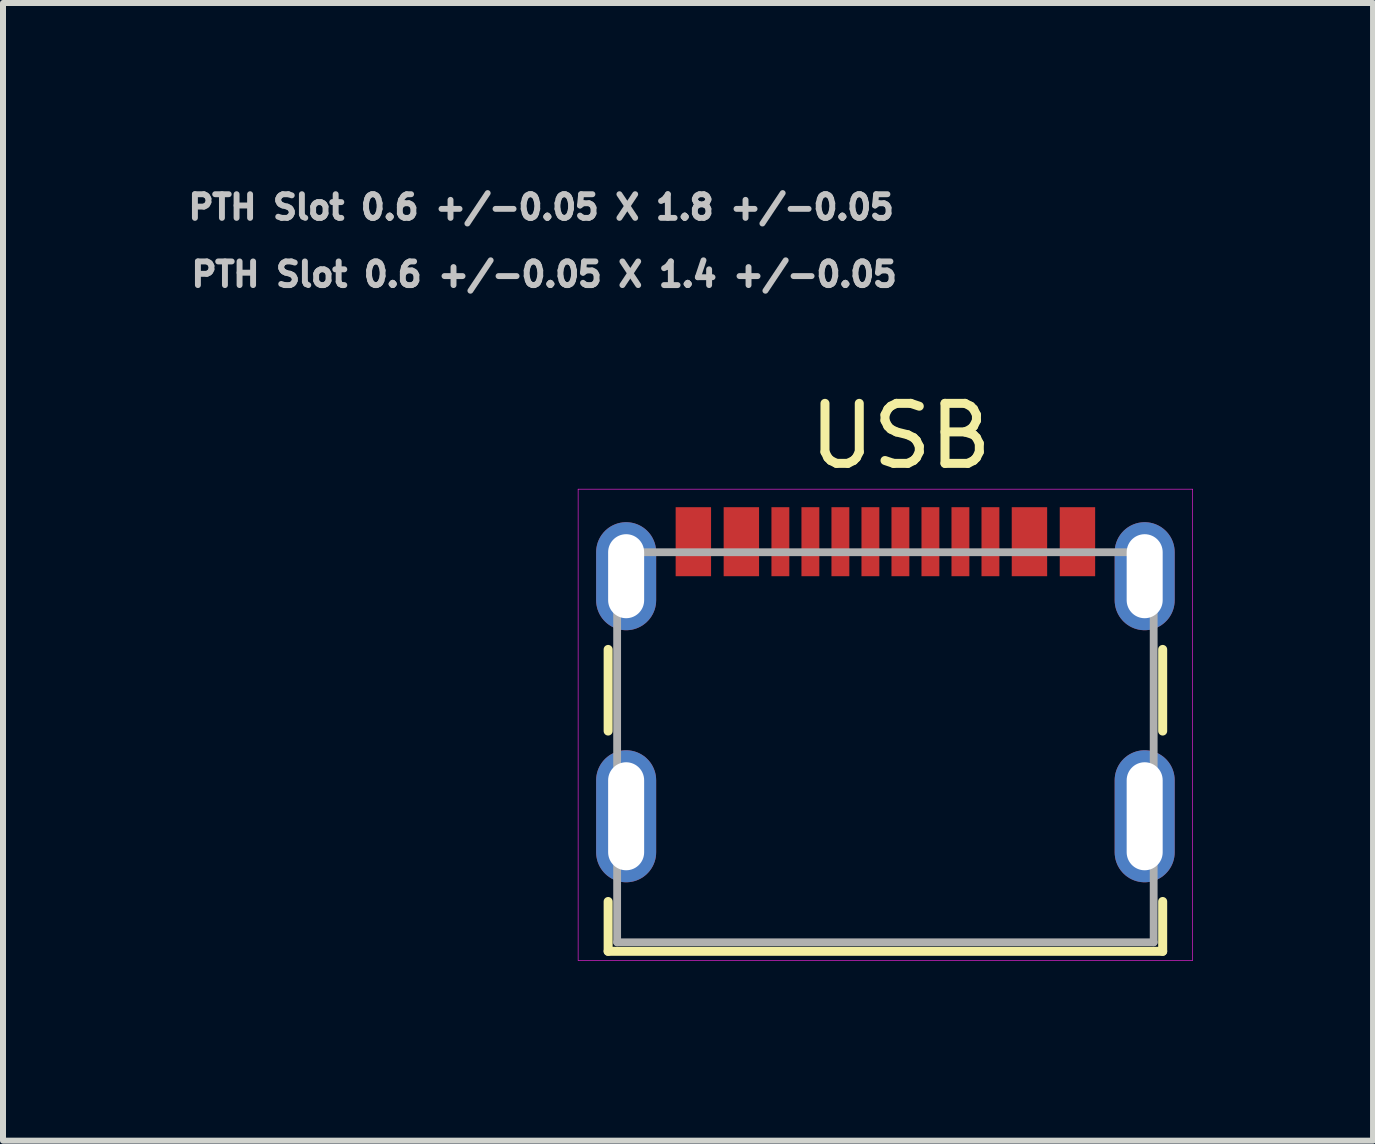
<source format=kicad_pcb>
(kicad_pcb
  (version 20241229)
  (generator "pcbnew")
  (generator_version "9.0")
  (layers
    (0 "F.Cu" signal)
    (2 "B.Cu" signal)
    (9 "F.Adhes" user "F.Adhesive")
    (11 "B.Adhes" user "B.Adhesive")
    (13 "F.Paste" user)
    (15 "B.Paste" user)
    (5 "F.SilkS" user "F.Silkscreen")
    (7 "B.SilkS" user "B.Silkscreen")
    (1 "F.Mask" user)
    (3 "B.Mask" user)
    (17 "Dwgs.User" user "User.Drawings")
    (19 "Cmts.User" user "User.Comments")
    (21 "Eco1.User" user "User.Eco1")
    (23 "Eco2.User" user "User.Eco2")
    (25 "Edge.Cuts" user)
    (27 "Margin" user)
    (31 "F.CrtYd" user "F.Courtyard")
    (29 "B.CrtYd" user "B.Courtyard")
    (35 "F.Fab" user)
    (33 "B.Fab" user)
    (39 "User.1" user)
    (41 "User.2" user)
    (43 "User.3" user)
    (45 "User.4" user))
  (footprint "USB"
    (layer "F.Cu")
    (at 11.703 9.401)
    (property "Reference" "USB" (at 0.255 -5.185 0) (layer "F.SilkS") (effects (font (size 1 1) (thickness 0.15))))
    (attr smd)
    (fp_poly (pts (xy -3.558 -4.064) (xy -2.841 -4.064) (xy -2.841 -2.787) (xy -3.558 -2.787)) (stroke (width 0.01) (type solid)) (fill yes) (layer "F.Mask"))
    (fp_poly (pts (xy -2.759 -4.064) (xy -2.042 -4.064) (xy -2.042 -2.787) (xy -2.759 -2.787)) (stroke (width 0.01) (type solid)) (fill yes) (layer "F.Mask"))
    (fp_poly (pts (xy -1.962 -4.064) (xy -1.538 -4.064) (xy -1.538 -2.787) (xy -1.962 -2.787)) (stroke (width 0.01) (type solid)) (fill yes) (layer "F.Mask"))
    (fp_poly (pts (xy -1.462 -4.064) (xy -1.038 -4.064) (xy -1.038 -2.787) (xy -1.462 -2.787)) (stroke (width 0.01) (type solid)) (fill yes) (layer "F.Mask"))
    (fp_poly (pts (xy -0.963 -4.064) (xy -0.537 -4.064) (xy -0.537 -2.787) (xy -0.963 -2.787)) (stroke (width 0.01) (type solid)) (fill yes) (layer "F.Mask"))
    (fp_poly (pts (xy -0.463 -4.064) (xy -0.037 -4.064) (xy -0.037 -2.787) (xy -0.463 -2.787)) (stroke (width 0.01) (type solid)) (fill yes) (layer "F.Mask"))
    (fp_poly (pts (xy 0.037 -4.064) (xy 0.463 -4.064) (xy 0.463 -2.787) (xy 0.037 -2.787)) (stroke (width 0.01) (type solid)) (fill yes) (layer "F.Mask"))
    (fp_poly (pts (xy 0.537 -4.064) (xy 0.963 -4.064) (xy 0.963 -2.787) (xy 0.537 -2.787)) (stroke (width 0.01) (type solid)) (fill yes) (layer "F.Mask"))
    (fp_poly (pts (xy 1.038 -4.064) (xy 1.462 -4.064) (xy 1.462 -2.787) (xy 1.038 -2.787)) (stroke (width 0.01) (type solid)) (fill yes) (layer "F.Mask"))
    (fp_poly (pts (xy 1.538 -4.064) (xy 1.962 -4.064) (xy 1.962 -2.787) (xy 1.538 -2.787)) (stroke (width 0.01) (type solid)) (fill yes) (layer "F.Mask"))
    (fp_poly (pts (xy 2.042 -4.064) (xy 2.759 -4.064) (xy 2.759 -2.787) (xy 2.042 -2.787)) (stroke (width 0.01) (type solid)) (fill yes) (layer "F.Mask"))
    (fp_poly (pts (xy 2.841 -4.064) (xy 3.558 -4.064) (xy 3.558 -2.787) (xy 2.841 -2.787)) (stroke (width 0.01) (type solid)) (fill yes) (layer "F.Mask"))
    (fp_line (start -4.62 -0.27) (end -4.62 -1.63) (stroke (width 0.15) (type solid)) (layer "F.SilkS"))
    (fp_line (start -4.62 3.4) (end -4.62 2.57) (stroke (width 0.15) (type solid)) (layer "F.SilkS"))
    (fp_line (start 4.62 -1.63) (end 4.62 -0.27) (stroke (width 0.15) (type solid)) (layer "F.SilkS"))
    (fp_line (start 4.62 2.57) (end 4.62 3.4) (stroke (width 0.15) (type solid)) (layer "F.SilkS"))
    (fp_line (start 4.62 3.4) (end -4.62 3.4) (stroke (width 0.15) (type solid)) (layer "F.SilkS"))
    (fp_line (start -5.12 -4.3) (end 5.12 -4.3) (stroke (width 0.01) (type solid)) (layer "F.CrtYd"))
    (fp_line (start -5.12 3.55) (end -5.12 -4.3) (stroke (width 0.01) (type solid)) (layer "F.CrtYd"))
    (fp_line (start 5.12 -4.3) (end 5.12 3.55) (stroke (width 0.01) (type solid)) (layer "F.CrtYd"))
    (fp_line (start 5.12 3.55) (end -5.12 3.55) (stroke (width 0.01) (type solid)) (layer "F.CrtYd"))
    (fp_line (start -4.47 -3.25) (end 4.47 -3.25) (stroke (width 0.13) (type solid)) (layer "F.Fab"))
    (fp_line (start -4.47 3.25) (end -4.47 -3.25) (stroke (width 0.13) (type solid)) (layer "F.Fab"))
    (fp_line (start 4.47 -3.25) (end 4.47 3.25) (stroke (width 0.13) (type solid)) (layer "F.Fab"))
    (fp_line (start 4.47 3.25) (end -4.47 3.25) (stroke (width 0.13) (type solid)) (layer "F.Fab"))
    (fp_text user "PTH Slot 0.6 +/-0.05 X 1.8 +/-0.05" (at -5.736 -8.998 0) (layer "Dwgs.User") (effects (font (size 0.394 0.394) (thickness 0.15))))
    (fp_text user "PTH Slot 0.6 +/-0.05 X 1.4 +/-0.05" (at -5.686 -7.878 0) (layer "Dwgs.User") (effects (font (size 0.394 0.394) (thickness 0.15))))
    (pad "A1B12" smd rect (at -3.2 -3.425) (size 0.59 1.15) (layers "F.Cu" "F.Paste"))
    (pad "A4B9" smd rect (at -2.4 -3.425) (size 0.59 1.15) (layers "F.Cu" "F.Paste"))
    (pad "A5" smd rect (at -1.25 -3.425) (size 0.298 1.15) (layers "F.Cu" "F.Paste"))
    (pad "A6" smd rect (at -0.25 -3.425) (size 0.298 1.15) (layers "F.Cu" "F.Paste"))
    (pad "A7" smd rect (at 0.25 -3.425) (size 0.298 1.15) (layers "F.Cu" "F.Paste"))
    (pad "A8" smd rect (at 1.25 -3.425) (size 0.298 1.15) (layers "F.Cu" "F.Paste"))
    (pad "B1A12" smd rect (at 3.2 -3.425) (size 0.59 1.15) (layers "F.Cu" "F.Paste"))
    (pad "B4A9" smd rect (at 2.4 -3.425) (size 0.59 1.15) (layers "F.Cu" "F.Paste"))
    (pad "B5" smd rect (at 1.75 -3.425) (size 0.298 1.15) (layers "F.Cu" "F.Paste"))
    (pad "B6" smd rect (at 0.75 -3.425) (size 0.298 1.15) (layers "F.Cu" "F.Paste"))
    (pad "B7" smd rect (at -0.75 -3.425) (size 0.298 1.15) (layers "F.Cu" "F.Paste"))
    (pad "B8" smd rect (at -1.75 -3.425) (size 0.298 1.15) (layers "F.Cu" "F.Paste"))
    (pad "SH1" thru_hole oval (at -4.32 1.15) (size 1 2.2) (drill oval 0.6 1.8) (layers "*.Cu" "*.Mask"))
    (pad "SH2" thru_hole oval (at 4.32 1.15) (size 1 2.2) (drill oval 0.6 1.8) (layers "*.Cu" "*.Mask"))
    (pad "SH3" thru_hole oval (at -4.32 -2.85) (size 1 1.8) (drill oval 0.6 1.4) (layers "*.Cu" "*.Mask"))
    (pad "SH4" thru_hole oval (at 4.32 -2.85) (size 1 1.8) (drill oval 0.6 1.4) (layers "*.Cu" "*.Mask")))
  (gr_rect
    (start -3 -3)
    (end 19.828 15.956)
    (stroke (width 0.1) (type default))
    (fill no)
    (layer "Edge.Cuts")))
</source>
